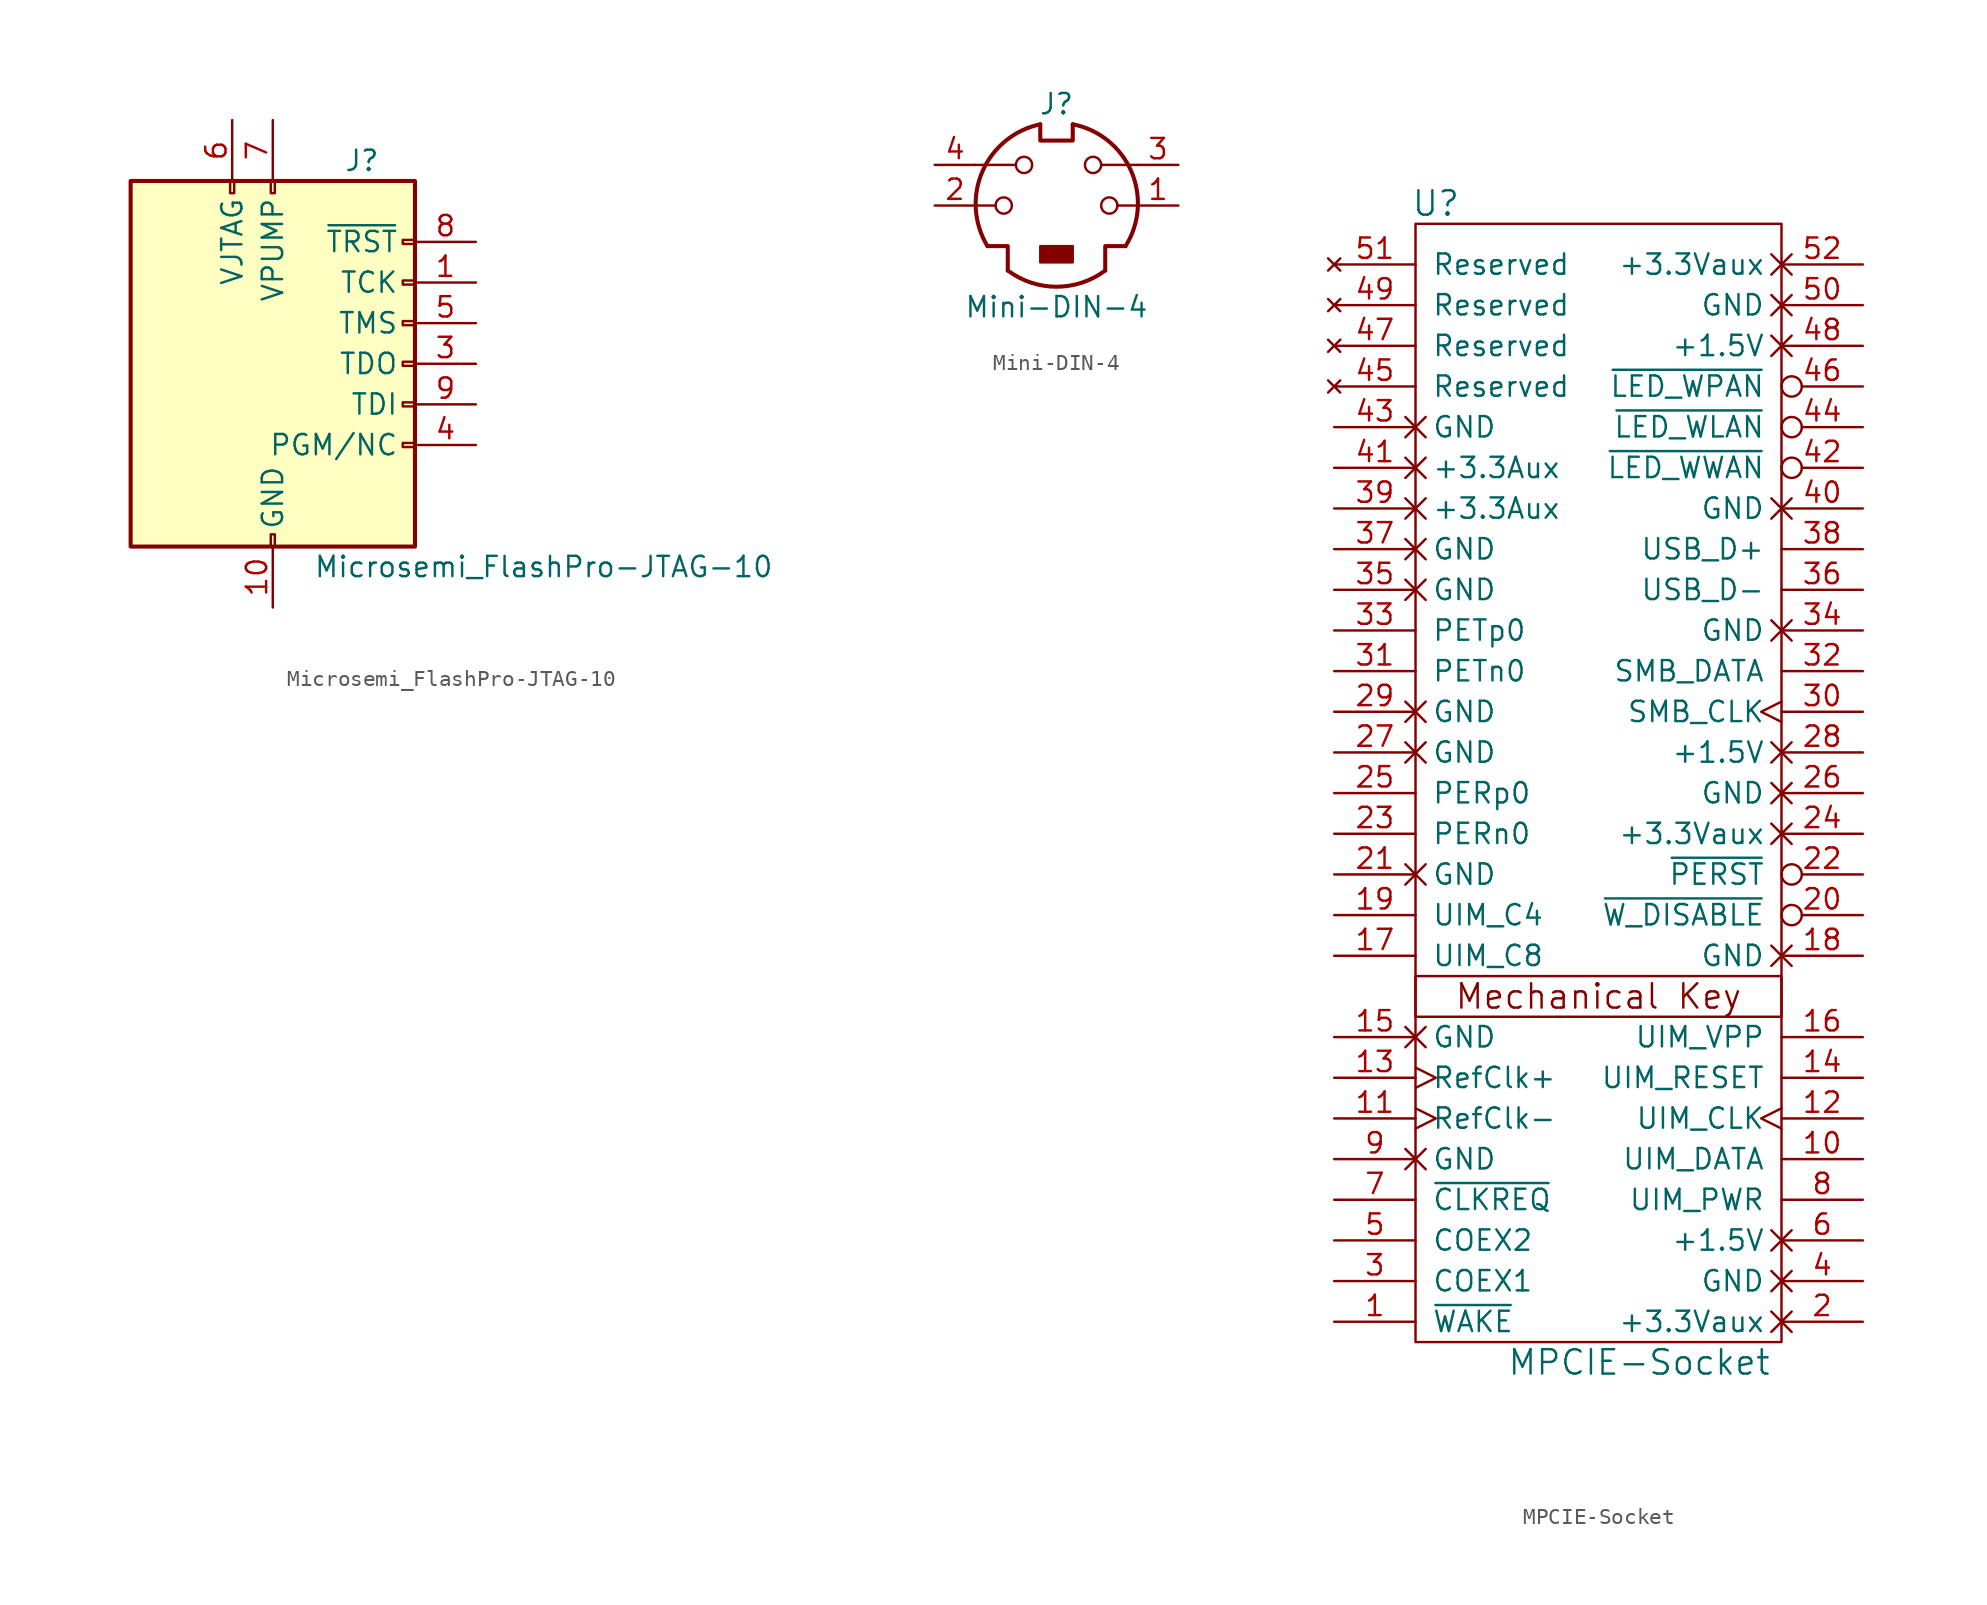
<source format=kicad_sym>
(kicad_symbol_lib
  (version 20201005)
  (generator kicad_symbol_editor)
  (symbol "Microsemi_FlashPro-JTAG-10"
    (pin_names
      (offset 1.016))
    (property "Reference" "J"
      (at 4.445 12.7 0)
      (effects (font (size 1.27 1.27)) (justify left)))
    (property "Value" "Microsemi_FlashPro-JTAG-10"
      (at 2.54 -12.7 0)
      (effects (font (size 1.27 1.27)) (justify left)))
    (symbol "Microsemi_FlashPro-JTAG-10_0_1"
      (rectangle (start -2.667 11.43) (end -2.413 10.668) (stroke (width 0)) (fill (type none)))
      (rectangle (start -0.127 -10.668) (end 0.127 -11.43) (stroke (width 0)) (fill (type none)))
      (rectangle (start -0.127 11.43) (end 0.127 10.668) (stroke (width 0)) (fill (type none)))
      (rectangle (start 8.89 -4.953) (end 8.128 -5.207) (stroke (width 0)) (fill (type none)))
      (rectangle (start 8.89 -2.413) (end 8.128 -2.667) (stroke (width 0)) (fill (type none)))
      (rectangle (start 8.89 0.127) (end 8.128 -0.127) (stroke (width 0)) (fill (type none)))
      (rectangle (start 8.89 2.667) (end 8.128 2.413) (stroke (width 0)) (fill (type none)))
      (rectangle (start 8.89 5.207) (end 8.128 4.953) (stroke (width 0)) (fill (type none)))
      (rectangle (start 8.89 7.747) (end 8.128 7.493) (stroke (width 0)) (fill (type none)))
      (rectangle (start 8.89 11.43) (end -8.89 -11.43) (stroke (width 0.254)) (fill (type background))))
    (symbol "Microsemi_FlashPro-JTAG-10_1_1"
      (pin passive line (at 12.7 5.08 180) (length 3.81) (name "TCK" (effects (font (size 1.27 1.27)))) (number "1" (effects (font (size 1.27 1.27)))))
      (pin power_in line (at 0 -15.24 90) (length 3.81) (name "GND" (effects (font (size 1.27 1.27)))) (number "10" (effects (font (size 1.27 1.27)))))
      (pin passive line (at 0 -15.24 90) (length 3.81) hide (name "GND" (effects (font (size 1.27 1.27)))) (number "2" (effects (font (size 1.27 1.27)))))
      (pin passive line (at 12.7 0 180) (length 3.81) (name "TDO" (effects (font (size 1.27 1.27)))) (number "3" (effects (font (size 1.27 1.27)))))
      (pin passive line (at 12.7 -5.08 180) (length 3.81) (name "PGM/NC" (effects (font (size 1.27 1.27)))) (number "4" (effects (font (size 1.27 1.27)))))
      (pin passive line (at 12.7 2.54 180) (length 3.81) (name "TMS" (effects (font (size 1.27 1.27)))) (number "5" (effects (font (size 1.27 1.27)))))
      (pin power_in line (at -2.54 15.24 270) (length 3.81) (name "VJTAG" (effects (font (size 1.27 1.27)))) (number "6" (effects (font (size 1.27 1.27)))))
      (pin power_out line (at 0 15.24 270) (length 3.81) (name "VPUMP" (effects (font (size 1.27 1.27)))) (number "7" (effects (font (size 1.27 1.27)))))
      (pin passive line (at 12.7 7.62 180) (length 3.81) (name "~TRST" (effects (font (size 1.27 1.27)))) (number "8" (effects (font (size 1.27 1.27)))))
      (pin passive line (at 12.7 -2.54 180) (length 3.81) (name "TDI" (effects (font (size 1.27 1.27)))) (number "9" (effects (font (size 1.27 1.27)))))))
  (symbol "Mini-DIN-4"
    (pin_names
      (offset 1.016))
    (property "Reference" "J"
      (at 0 6.35 0)
      (effects (font (size 1.27 1.27))))
    (property "Value" "Mini-DIN-4"
      (at 0 -6.35 0)
      (effects (font (size 1.27 1.27))))
    (symbol "Mini-DIN-4_0_1"
      (arc (start -3.048 -4.064) (end 3.048 -4.064) (radius (at 0 0) (length 5.08) (angles -126.9 -53.1)) (stroke (width 0.254)) (fill (type none)))
      (arc (start -1.016 5.08) (end -4.318 -2.54) (radius (at 0.0508 0.1016) (length 5.08) (angles 102.1 -148.8)) (stroke (width 0.254)) (fill (type none)))
      (arc (start 4.318 -2.54) (end 1.016 5.08) (radius (at 0.0508 0.127) (length 5.0292) (angles -32 79)) (stroke (width 0.254)) (fill (type none)))
      (circle (center -3.302 0) (radius 0.508) (stroke (width 0)) (fill (type none)))
      (circle (center -2.032 2.54) (radius 0.508) (stroke (width 0)) (fill (type none)))
      (circle (center 2.286 2.54) (radius 0.508) (stroke (width 0)) (fill (type none)))
      (circle (center 3.302 0) (radius 0.508) (stroke (width 0)) (fill (type none)))
      (rectangle (start -1.016 -2.54) (end 1.016 -3.556) (stroke (width 0)) (fill (type outline)))
      (polyline (pts (xy -3.81 0) (xy -5.08 0)) (stroke (width 0)) (fill (type none)))
      (polyline (pts (xy -2.54 2.54) (xy -5.08 2.54)) (stroke (width 0)) (fill (type none)))
      (polyline (pts (xy 2.794 2.54) (xy 5.08 2.54)) (stroke (width 0)) (fill (type none)))
      (polyline (pts (xy 5.08 0) (xy 3.81 0)) (stroke (width 0)) (fill (type none)))
      (polyline (pts (xy -4.318 -2.54) (xy -3.048 -2.54) (xy -3.048 -4.064)) (stroke (width 0.254)) (fill (type none)))
      (polyline (pts (xy 4.318 -2.54) (xy 3.048 -2.54) (xy 3.048 -4.064)) (stroke (width 0.254)) (fill (type none)))
      (polyline (pts (xy -1.016 5.08) (xy -1.016 4.064) (xy 1.016 4.064) (xy 1.016 5.08)) (stroke (width 0.254)) (fill (type none))))
    (symbol "Mini-DIN-4_1_1"
      (pin passive line (at 7.62 0 180) (length 2.54) (name "~" (effects (font (size 1.27 1.27)))) (number "1" (effects (font (size 1.27 1.27)))))
      (pin passive line (at -7.62 0 0) (length 2.54) (name "~" (effects (font (size 1.27 1.27)))) (number "2" (effects (font (size 1.27 1.27)))))
      (pin passive line (at 7.62 2.54 180) (length 2.54) (name "~" (effects (font (size 1.27 1.27)))) (number "3" (effects (font (size 1.27 1.27)))))
      (pin passive line (at -7.62 2.54 0) (length 2.54) (name "~" (effects (font (size 1.27 1.27)))) (number "4" (effects (font (size 1.27 1.27)))))))
  (symbol "MPCIE-Socket"
    (pin_names
      (offset 1.016))
    (property "Reference" "U"
      (at -10.16 33.02 0)
      (effects (font (size 1.524 1.524))))
    (property "Value" "MPCIE-Socket"
      (at 2.54 -39.37 0)
      (effects (font (size 1.524 1.524))))
    (property "Footprint" ""
      (at 2.54 -25.4 0)
      (effects (font (size 1.524 1.524))))
    (property "Datasheet" ""
      (at 2.54 -25.4 0)
      (effects (font (size 1.524 1.524))))
    (symbol "MPCIE-Socket_0_0"
      (text "Mechanical Key" (at 0 -16.51 0) (effects (font (size 1.524 1.524)))))
    (symbol "MPCIE-Socket_0_1"
      (rectangle (start -11.43 -38.1) (end 11.43 31.75) (stroke (width 0)) (fill (type none)))
      (rectangle (start -11.43 -15.24) (end 11.43 -17.78) (stroke (width 0)) (fill (type none))))
    (symbol "MPCIE-Socket_1_1"
      (pin bidirectional line (at -16.51 -36.83 0) (length 5.08) (name "~WAKE" (effects (font (size 1.27 1.27)))) (number "1" (effects (font (size 1.27 1.27)))))
      (pin bidirectional line (at 16.51 -26.67 180) (length 5.08) (name "UIM_DATA" (effects (font (size 1.27 1.27)))) (number "10" (effects (font (size 1.27 1.27)))))
      (pin input clock (at -16.51 -24.13 0) (length 5.08) (name "RefClk-" (effects (font (size 1.27 1.27)))) (number "11" (effects (font (size 1.27 1.27)))))
      (pin bidirectional clock (at 16.51 -24.13 180) (length 5.08) (name "UIM_CLK" (effects (font (size 1.27 1.27)))) (number "12" (effects (font (size 1.27 1.27)))))
      (pin input clock (at -16.51 -21.59 0) (length 5.08) (name "RefClk+" (effects (font (size 1.27 1.27)))) (number "13" (effects (font (size 1.27 1.27)))))
      (pin bidirectional line (at 16.51 -21.59 180) (length 5.08) (name "UIM_RESET" (effects (font (size 1.27 1.27)))) (number "14" (effects (font (size 1.27 1.27)))))
      (pin power_in non_logic (at -16.51 -19.05 0) (length 5.08) (name "GND" (effects (font (size 1.27 1.27)))) (number "15" (effects (font (size 1.27 1.27)))))
      (pin bidirectional line (at 16.51 -19.05 180) (length 5.08) (name "UIM_VPP" (effects (font (size 1.27 1.27)))) (number "16" (effects (font (size 1.27 1.27)))))
      (pin bidirectional line (at -16.51 -13.97 0) (length 5.08) (name "UIM_C8" (effects (font (size 1.27 1.27)))) (number "17" (effects (font (size 1.27 1.27)))))
      (pin power_in non_logic (at 16.51 -13.97 180) (length 5.08) (name "GND" (effects (font (size 1.27 1.27)))) (number "18" (effects (font (size 1.27 1.27)))))
      (pin bidirectional line (at -16.51 -11.43 0) (length 5.08) (name "UIM_C4" (effects (font (size 1.27 1.27)))) (number "19" (effects (font (size 1.27 1.27)))))
      (pin power_in non_logic (at 16.51 -36.83 180) (length 5.08) (name "+3.3Vaux" (effects (font (size 1.27 1.27)))) (number "2" (effects (font (size 1.27 1.27)))))
      (pin bidirectional inverted (at 16.51 -11.43 180) (length 5.08) (name "~W_DISABLE" (effects (font (size 1.27 1.27)))) (number "20" (effects (font (size 1.27 1.27)))))
      (pin power_in non_logic (at -16.51 -8.89 0) (length 5.08) (name "GND" (effects (font (size 1.27 1.27)))) (number "21" (effects (font (size 1.27 1.27)))))
      (pin bidirectional inverted (at 16.51 -8.89 180) (length 5.08) (name "~PERST" (effects (font (size 1.27 1.27)))) (number "22" (effects (font (size 1.27 1.27)))))
      (pin bidirectional line (at -16.51 -6.35 0) (length 5.08) (name "PERn0" (effects (font (size 1.27 1.27)))) (number "23" (effects (font (size 1.27 1.27)))))
      (pin power_in non_logic (at 16.51 -6.35 180) (length 5.08) (name "+3.3Vaux" (effects (font (size 1.27 1.27)))) (number "24" (effects (font (size 1.27 1.27)))))
      (pin bidirectional line (at -16.51 -3.81 0) (length 5.08) (name "PERp0" (effects (font (size 1.27 1.27)))) (number "25" (effects (font (size 1.27 1.27)))))
      (pin power_in non_logic (at 16.51 -3.81 180) (length 5.08) (name "GND" (effects (font (size 1.27 1.27)))) (number "26" (effects (font (size 1.27 1.27)))))
      (pin power_in non_logic (at -16.51 -1.27 0) (length 5.08) (name "GND" (effects (font (size 1.27 1.27)))) (number "27" (effects (font (size 1.27 1.27)))))
      (pin power_in non_logic (at 16.51 -1.27 180) (length 5.08) (name "+1.5V" (effects (font (size 1.27 1.27)))) (number "28" (effects (font (size 1.27 1.27)))))
      (pin power_in non_logic (at -16.51 1.27 0) (length 5.08) (name "GND" (effects (font (size 1.27 1.27)))) (number "29" (effects (font (size 1.27 1.27)))))
      (pin bidirectional line (at -16.51 -34.29 0) (length 5.08) (name "COEX1" (effects (font (size 1.27 1.27)))) (number "3" (effects (font (size 1.27 1.27)))))
      (pin bidirectional clock (at 16.51 1.27 180) (length 5.08) (name "SMB_CLK" (effects (font (size 1.27 1.27)))) (number "30" (effects (font (size 1.27 1.27)))))
      (pin bidirectional line (at -16.51 3.81 0) (length 5.08) (name "PETn0" (effects (font (size 1.27 1.27)))) (number "31" (effects (font (size 1.27 1.27)))))
      (pin bidirectional line (at 16.51 3.81 180) (length 5.08) (name "SMB_DATA" (effects (font (size 1.27 1.27)))) (number "32" (effects (font (size 1.27 1.27)))))
      (pin bidirectional line (at -16.51 6.35 0) (length 5.08) (name "PETp0" (effects (font (size 1.27 1.27)))) (number "33" (effects (font (size 1.27 1.27)))))
      (pin power_in non_logic (at 16.51 6.35 180) (length 5.08) (name "GND" (effects (font (size 1.27 1.27)))) (number "34" (effects (font (size 1.27 1.27)))))
      (pin power_in non_logic (at -16.51 8.89 0) (length 5.08) (name "GND" (effects (font (size 1.27 1.27)))) (number "35" (effects (font (size 1.27 1.27)))))
      (pin bidirectional line (at 16.51 8.89 180) (length 5.08) (name "USB_D-" (effects (font (size 1.27 1.27)))) (number "36" (effects (font (size 1.27 1.27)))))
      (pin power_in non_logic (at -16.51 11.43 0) (length 5.08) (name "GND" (effects (font (size 1.27 1.27)))) (number "37" (effects (font (size 1.27 1.27)))))
      (pin bidirectional line (at 16.51 11.43 180) (length 5.08) (name "USB_D+" (effects (font (size 1.27 1.27)))) (number "38" (effects (font (size 1.27 1.27)))))
      (pin power_in non_logic (at -16.51 13.97 0) (length 5.08) (name "+3.3Aux" (effects (font (size 1.27 1.27)))) (number "39" (effects (font (size 1.27 1.27)))))
      (pin power_in non_logic (at 16.51 -34.29 180) (length 5.08) (name "GND" (effects (font (size 1.27 1.27)))) (number "4" (effects (font (size 1.27 1.27)))))
      (pin power_in non_logic (at 16.51 13.97 180) (length 5.08) (name "GND" (effects (font (size 1.27 1.27)))) (number "40" (effects (font (size 1.27 1.27)))))
      (pin power_in non_logic (at -16.51 16.51 0) (length 5.08) (name "+3.3Aux" (effects (font (size 1.27 1.27)))) (number "41" (effects (font (size 1.27 1.27)))))
      (pin bidirectional inverted (at 16.51 16.51 180) (length 5.08) (name "~LED_WWAN" (effects (font (size 1.27 1.27)))) (number "42" (effects (font (size 1.27 1.27)))))
      (pin power_in non_logic (at -16.51 19.05 0) (length 5.08) (name "GND" (effects (font (size 1.27 1.27)))) (number "43" (effects (font (size 1.27 1.27)))))
      (pin bidirectional inverted (at 16.51 19.05 180) (length 5.08) (name "~LED_WLAN" (effects (font (size 1.27 1.27)))) (number "44" (effects (font (size 1.27 1.27)))))
      (pin no_connect line (at -16.51 21.59 0) (length 5.08) (name "Reserved" (effects (font (size 1.27 1.27)))) (number "45" (effects (font (size 1.27 1.27)))))
      (pin bidirectional inverted (at 16.51 21.59 180) (length 5.08) (name "~LED_WPAN" (effects (font (size 1.27 1.27)))) (number "46" (effects (font (size 1.27 1.27)))))
      (pin no_connect line (at -16.51 24.13 0) (length 5.08) (name "Reserved" (effects (font (size 1.27 1.27)))) (number "47" (effects (font (size 1.27 1.27)))))
      (pin power_in non_logic (at 16.51 24.13 180) (length 5.08) (name "+1.5V" (effects (font (size 1.27 1.27)))) (number "48" (effects (font (size 1.27 1.27)))))
      (pin no_connect line (at -16.51 26.67 0) (length 5.08) (name "Reserved" (effects (font (size 1.27 1.27)))) (number "49" (effects (font (size 1.27 1.27)))))
      (pin bidirectional line (at -16.51 -31.75 0) (length 5.08) (name "COEX2" (effects (font (size 1.27 1.27)))) (number "5" (effects (font (size 1.27 1.27)))))
      (pin power_in non_logic (at 16.51 26.67 180) (length 5.08) (name "GND" (effects (font (size 1.27 1.27)))) (number "50" (effects (font (size 1.27 1.27)))))
      (pin no_connect line (at -16.51 29.21 0) (length 5.08) (name "Reserved" (effects (font (size 1.27 1.27)))) (number "51" (effects (font (size 1.27 1.27)))))
      (pin power_in non_logic (at 16.51 29.21 180) (length 5.08) (name "+3.3Vaux" (effects (font (size 1.27 1.27)))) (number "52" (effects (font (size 1.27 1.27)))))
      (pin power_in non_logic (at 16.51 -31.75 180) (length 5.08) (name "+1.5V" (effects (font (size 1.27 1.27)))) (number "6" (effects (font (size 1.27 1.27)))))
      (pin bidirectional line (at -16.51 -29.21 0) (length 5.08) (name "~CLKREQ" (effects (font (size 1.27 1.27)))) (number "7" (effects (font (size 1.27 1.27)))))
      (pin bidirectional line (at 16.51 -29.21 180) (length 5.08) (name "UIM_PWR" (effects (font (size 1.27 1.27)))) (number "8" (effects (font (size 1.27 1.27)))))
      (pin power_in non_logic (at -16.51 -26.67 0) (length 5.08) (name "GND" (effects (font (size 1.27 1.27)))) (number "9" (effects (font (size 1.27 1.27))))))))
</source>
